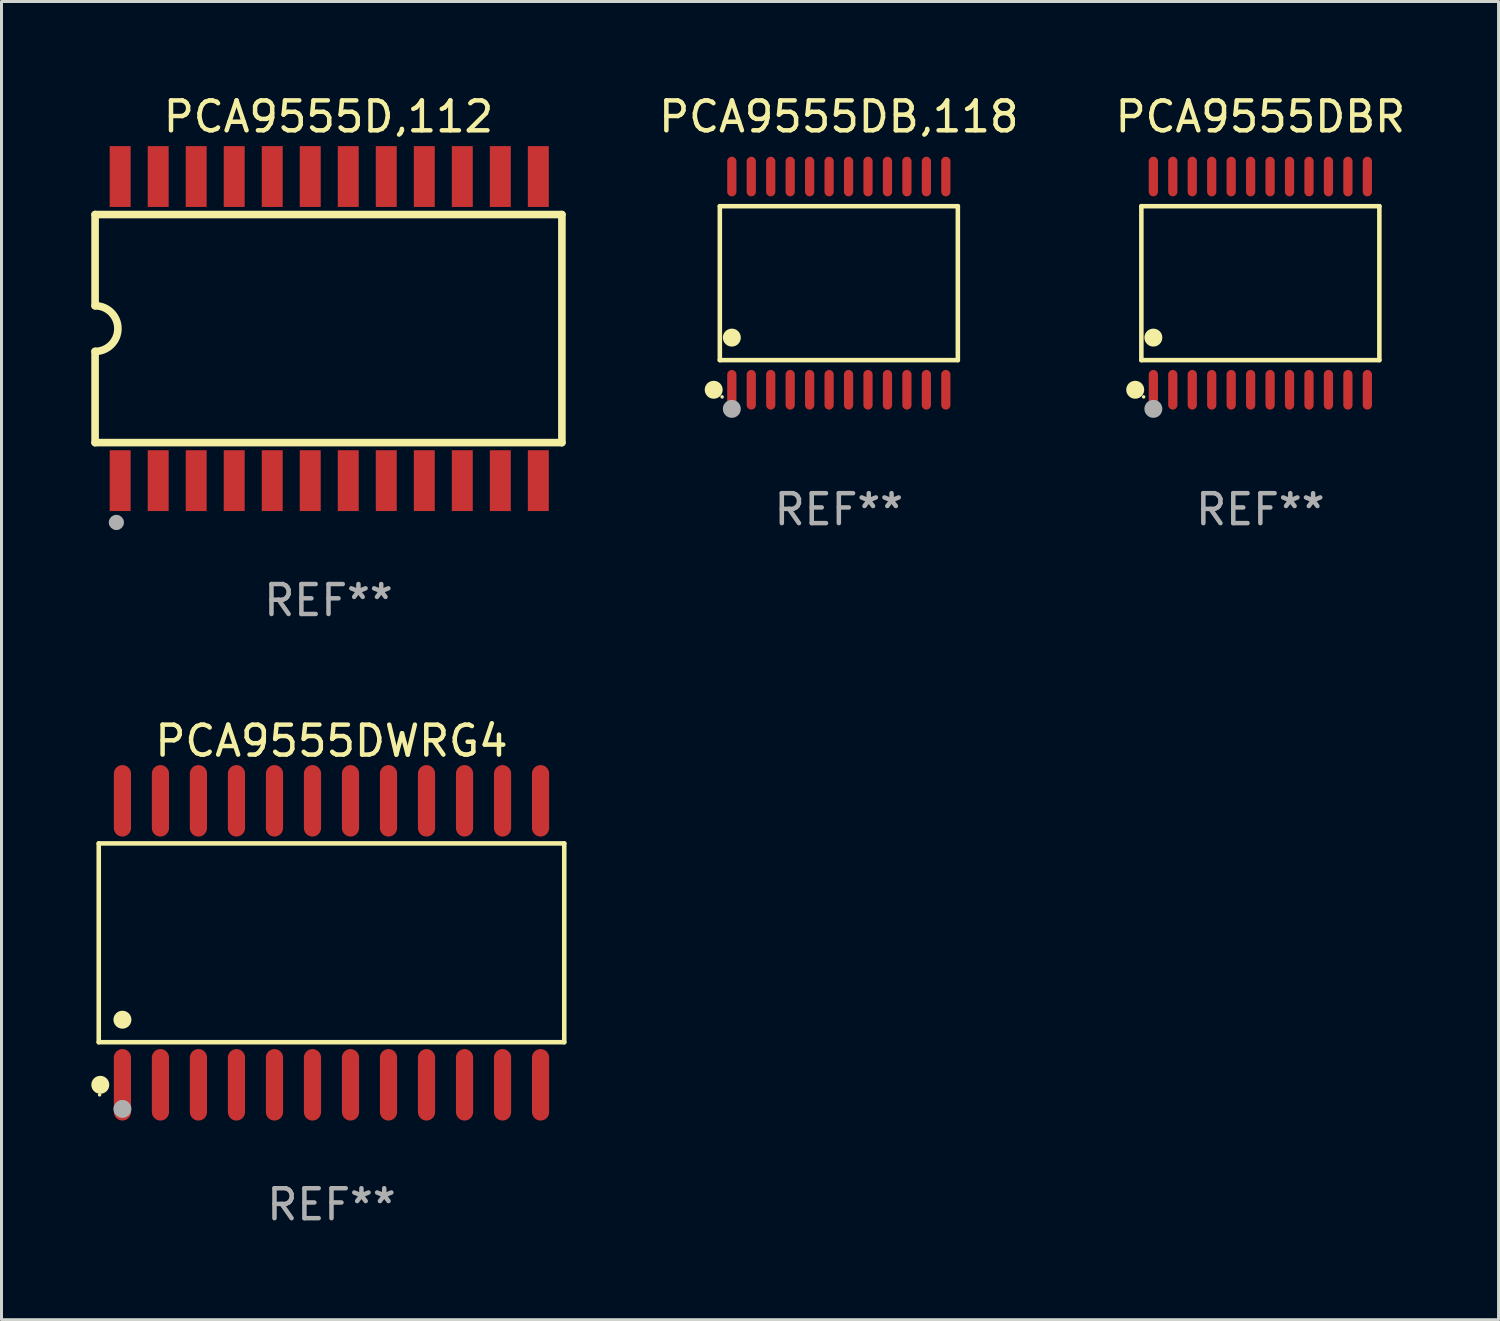
<source format=kicad_pcb>
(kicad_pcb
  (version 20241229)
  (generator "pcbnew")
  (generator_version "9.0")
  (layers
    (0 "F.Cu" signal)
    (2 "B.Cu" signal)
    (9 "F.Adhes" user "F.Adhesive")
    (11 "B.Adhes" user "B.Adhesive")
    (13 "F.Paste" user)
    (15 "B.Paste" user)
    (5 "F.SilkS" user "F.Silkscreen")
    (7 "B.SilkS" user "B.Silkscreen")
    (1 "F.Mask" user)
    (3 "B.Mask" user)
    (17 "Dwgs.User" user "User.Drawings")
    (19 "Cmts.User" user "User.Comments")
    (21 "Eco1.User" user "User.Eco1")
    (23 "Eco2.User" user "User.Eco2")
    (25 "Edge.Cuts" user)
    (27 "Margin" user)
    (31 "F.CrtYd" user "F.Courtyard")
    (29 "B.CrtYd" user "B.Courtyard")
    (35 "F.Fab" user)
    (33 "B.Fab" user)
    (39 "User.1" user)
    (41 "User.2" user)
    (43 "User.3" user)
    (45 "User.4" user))
  (footprint "PCA9555DB,118"
    (layer "F.Cu")
    (at 24.975 6.41)
    (property "Reference" "PCA9555DB,118" (at 0 -5.562 0) (layer "F.SilkS") (effects (font (size 1 1) (thickness 0.15))))
    (attr through_hole)
    (fp_line (start -3.976 -2.571) (end 3.976 -2.571) (stroke (width 0.152) (type solid)) (layer "F.SilkS"))
    (fp_line (start -3.976 2.571) (end -3.976 -2.571) (stroke (width 0.152) (type solid)) (layer "F.SilkS"))
    (fp_line (start 3.976 -2.571) (end 3.976 2.571) (stroke (width 0.152) (type solid)) (layer "F.SilkS"))
    (fp_line (start 3.976 2.571) (end -3.976 2.571) (stroke (width 0.152) (type solid)) (layer "F.SilkS"))
    (fp_circle (center -4.181 3.562) (end -4.031 3.562) (stroke (width 0.3) (type solid)) (fill no) (layer "F.SilkS"))
    (fp_circle (center -3.9 3.8) (end -3.87 3.8) (stroke (width 0.06) (type solid)) (fill no) (layer "F.SilkS"))
    (fp_circle (center -3.575 1.819) (end -3.425 1.819) (stroke (width 0.3) (type solid)) (fill no) (layer "F.SilkS"))
    (fp_circle (center -3.575 4.2) (end -3.425 4.2) (stroke (width 0.3) (type solid)) (fill no) (layer "F.Fab"))
    (fp_text user "REF**" (at 0 7.562 0) (layer "F.Fab") (effects (font (size 1 1) (thickness 0.15))))
    (pad "1" smd oval (at -3.575 3.562) (size 0.308 1.324) (layers "F.Cu" "F.Mask" "F.Paste"))
    (pad "2" smd oval (at -2.925 3.562) (size 0.308 1.324) (layers "F.Cu" "F.Mask" "F.Paste"))
    (pad "3" smd oval (at -2.275 3.562) (size 0.308 1.324) (layers "F.Cu" "F.Mask" "F.Paste"))
    (pad "4" smd oval (at -1.625 3.562) (size 0.308 1.324) (layers "F.Cu" "F.Mask" "F.Paste"))
    (pad "5" smd oval (at -0.975 3.562) (size 0.308 1.324) (layers "F.Cu" "F.Mask" "F.Paste"))
    (pad "6" smd oval (at -0.325 3.562) (size 0.308 1.324) (layers "F.Cu" "F.Mask" "F.Paste"))
    (pad "7" smd oval (at 0.325 3.562) (size 0.308 1.324) (layers "F.Cu" "F.Mask" "F.Paste"))
    (pad "8" smd oval (at 0.975 3.562) (size 0.308 1.324) (layers "F.Cu" "F.Mask" "F.Paste"))
    (pad "9" smd oval (at 1.625 3.562) (size 0.308 1.324) (layers "F.Cu" "F.Mask" "F.Paste"))
    (pad "10" smd oval (at 2.275 3.562) (size 0.308 1.324) (layers "F.Cu" "F.Mask" "F.Paste"))
    (pad "11" smd oval (at 2.925 3.562) (size 0.308 1.324) (layers "F.Cu" "F.Mask" "F.Paste"))
    (pad "12" smd oval (at 3.575 3.562) (size 0.308 1.324) (layers "F.Cu" "F.Mask" "F.Paste"))
    (pad "13" smd oval (at 3.575 -3.562) (size 0.308 1.324) (layers "F.Cu" "F.Mask" "F.Paste"))
    (pad "14" smd oval (at 2.925 -3.562) (size 0.308 1.324) (layers "F.Cu" "F.Mask" "F.Paste"))
    (pad "15" smd oval (at 2.275 -3.562) (size 0.308 1.324) (layers "F.Cu" "F.Mask" "F.Paste"))
    (pad "16" smd oval (at 1.625 -3.562) (size 0.308 1.324) (layers "F.Cu" "F.Mask" "F.Paste"))
    (pad "17" smd oval (at 0.975 -3.562) (size 0.308 1.324) (layers "F.Cu" "F.Mask" "F.Paste"))
    (pad "18" smd oval (at 0.325 -3.562) (size 0.308 1.324) (layers "F.Cu" "F.Mask" "F.Paste"))
    (pad "19" smd oval (at -0.325 -3.562) (size 0.308 1.324) (layers "F.Cu" "F.Mask" "F.Paste"))
    (pad "20" smd oval (at -0.975 -3.562) (size 0.308 1.324) (layers "F.Cu" "F.Mask" "F.Paste"))
    (pad "21" smd oval (at -1.625 -3.562) (size 0.308 1.324) (layers "F.Cu" "F.Mask" "F.Paste"))
    (pad "22" smd oval (at -2.275 -3.562) (size 0.308 1.324) (layers "F.Cu" "F.Mask" "F.Paste"))
    (pad "23" smd oval (at -2.925 -3.562) (size 0.308 1.324) (layers "F.Cu" "F.Mask" "F.Paste"))
    (pad "24" smd oval (at -3.575 -3.562) (size 0.308 1.324) (layers "F.Cu" "F.Mask" "F.Paste")))
  (footprint "PCA9555DBR"
    (layer "F.Cu")
    (at 39.058 6.41)
    (property "Reference" "PCA9555DBR" (at 0 -5.562 0) (layer "F.SilkS") (effects (font (size 1 1) (thickness 0.15))))
    (attr through_hole)
    (fp_line (start -3.976 -2.571) (end 3.976 -2.571) (stroke (width 0.152) (type solid)) (layer "F.SilkS"))
    (fp_line (start -3.976 2.571) (end -3.976 -2.571) (stroke (width 0.152) (type solid)) (layer "F.SilkS"))
    (fp_line (start 3.976 -2.571) (end 3.976 2.571) (stroke (width 0.152) (type solid)) (layer "F.SilkS"))
    (fp_line (start 3.976 2.571) (end -3.976 2.571) (stroke (width 0.152) (type solid)) (layer "F.SilkS"))
    (fp_circle (center -4.181 3.562) (end -4.031 3.562) (stroke (width 0.3) (type solid)) (fill no) (layer "F.SilkS"))
    (fp_circle (center -3.9 3.8) (end -3.87 3.8) (stroke (width 0.06) (type solid)) (fill no) (layer "F.SilkS"))
    (fp_circle (center -3.575 1.819) (end -3.425 1.819) (stroke (width 0.3) (type solid)) (fill no) (layer "F.SilkS"))
    (fp_circle (center -3.575 4.2) (end -3.425 4.2) (stroke (width 0.3) (type solid)) (fill no) (layer "F.Fab"))
    (fp_text user "REF**" (at 0 7.562 0) (layer "F.Fab") (effects (font (size 1 1) (thickness 0.15))))
    (pad "1" smd oval (at -3.575 3.562) (size 0.308 1.324) (layers "F.Cu" "F.Mask" "F.Paste"))
    (pad "2" smd oval (at -2.925 3.562) (size 0.308 1.324) (layers "F.Cu" "F.Mask" "F.Paste"))
    (pad "3" smd oval (at -2.275 3.562) (size 0.308 1.324) (layers "F.Cu" "F.Mask" "F.Paste"))
    (pad "4" smd oval (at -1.625 3.562) (size 0.308 1.324) (layers "F.Cu" "F.Mask" "F.Paste"))
    (pad "5" smd oval (at -0.975 3.562) (size 0.308 1.324) (layers "F.Cu" "F.Mask" "F.Paste"))
    (pad "6" smd oval (at -0.325 3.562) (size 0.308 1.324) (layers "F.Cu" "F.Mask" "F.Paste"))
    (pad "7" smd oval (at 0.325 3.562) (size 0.308 1.324) (layers "F.Cu" "F.Mask" "F.Paste"))
    (pad "8" smd oval (at 0.975 3.562) (size 0.308 1.324) (layers "F.Cu" "F.Mask" "F.Paste"))
    (pad "9" smd oval (at 1.625 3.562) (size 0.308 1.324) (layers "F.Cu" "F.Mask" "F.Paste"))
    (pad "10" smd oval (at 2.275 3.562) (size 0.308 1.324) (layers "F.Cu" "F.Mask" "F.Paste"))
    (pad "11" smd oval (at 2.925 3.562) (size 0.308 1.324) (layers "F.Cu" "F.Mask" "F.Paste"))
    (pad "12" smd oval (at 3.575 3.562) (size 0.308 1.324) (layers "F.Cu" "F.Mask" "F.Paste"))
    (pad "13" smd oval (at 3.575 -3.562) (size 0.308 1.324) (layers "F.Cu" "F.Mask" "F.Paste"))
    (pad "14" smd oval (at 2.925 -3.562) (size 0.308 1.324) (layers "F.Cu" "F.Mask" "F.Paste"))
    (pad "15" smd oval (at 2.275 -3.562) (size 0.308 1.324) (layers "F.Cu" "F.Mask" "F.Paste"))
    (pad "16" smd oval (at 1.625 -3.562) (size 0.308 1.324) (layers "F.Cu" "F.Mask" "F.Paste"))
    (pad "17" smd oval (at 0.975 -3.562) (size 0.308 1.324) (layers "F.Cu" "F.Mask" "F.Paste"))
    (pad "18" smd oval (at 0.325 -3.562) (size 0.308 1.324) (layers "F.Cu" "F.Mask" "F.Paste"))
    (pad "19" smd oval (at -0.325 -3.562) (size 0.308 1.324) (layers "F.Cu" "F.Mask" "F.Paste"))
    (pad "20" smd oval (at -0.975 -3.562) (size 0.308 1.324) (layers "F.Cu" "F.Mask" "F.Paste"))
    (pad "21" smd oval (at -1.625 -3.562) (size 0.308 1.324) (layers "F.Cu" "F.Mask" "F.Paste"))
    (pad "22" smd oval (at -2.275 -3.562) (size 0.308 1.324) (layers "F.Cu" "F.Mask" "F.Paste"))
    (pad "23" smd oval (at -2.925 -3.562) (size 0.308 1.324) (layers "F.Cu" "F.Mask" "F.Paste"))
    (pad "24" smd oval (at -3.575 -3.562) (size 0.308 1.324) (layers "F.Cu" "F.Mask" "F.Paste")))
  (footprint "PCA9555D,112"
    (layer "F.Cu")
    (at 7.925 7.928)
    (property "Reference" "PCA9555D,112" (at 0 -7.08 0) (layer "F.SilkS") (effects (font (size 1 1) (thickness 0.15))))
    (attr through_hole)
    (fp_line (start -7.798 -3.81) (end -7.798 -0.762) (stroke (width 0.254) (type solid)) (layer "F.SilkS"))
    (fp_line (start -7.798 3.81) (end -7.798 0.762) (stroke (width 0.254) (type solid)) (layer "F.SilkS"))
    (fp_line (start 7.798 -3.81) (end -7.798 -3.81) (stroke (width 0.254) (type solid)) (layer "F.SilkS"))
    (fp_line (start 7.798 3.81) (end -7.798 3.81) (stroke (width 0.254) (type solid)) (layer "F.SilkS"))
    (fp_line (start 7.798 3.81) (end 7.798 -3.81) (stroke (width 0.254) (type solid)) (layer "F.SilkS"))
    (fp_arc (start -7.797791 -0.762002) (mid -7.03579 -0.000001) (end -7.79779 0.762002) (stroke (width 0.254001) (type solid)) (layer "F.SilkS"))
    (fp_circle (center -7.825 3.75) (end -7.795 3.75) (stroke (width 0.06) (type solid)) (fill no) (layer "F.SilkS"))
    (fp_circle (center -7.087 6.477) (end -6.96 6.477) (stroke (width 0.254) (type solid)) (fill no) (layer "F.Fab"))
    (fp_text user "REF**" (at 0 9.08 0) (layer "F.Fab") (effects (font (size 1 1) (thickness 0.15))))
    (pad "1" smd rect (at -6.96 5.08 90) (size 2.032 0.7) (layers "F.Cu" "F.Mask" "F.Paste"))
    (pad "2" smd rect (at -5.69 5.08 90) (size 2.032 0.7) (layers "F.Cu" "F.Mask" "F.Paste"))
    (pad "3" smd rect (at -4.42 5.08 90) (size 2.032 0.7) (layers "F.Cu" "F.Mask" "F.Paste"))
    (pad "4" smd rect (at -3.15 5.08 90) (size 2.032 0.7) (layers "F.Cu" "F.Mask" "F.Paste"))
    (pad "5" smd rect (at -1.88 5.08 90) (size 2.032 0.7) (layers "F.Cu" "F.Mask" "F.Paste"))
    (pad "6" smd rect (at -0.61 5.08 90) (size 2.032 0.7) (layers "F.Cu" "F.Mask" "F.Paste"))
    (pad "7" smd rect (at 0.66 5.08 90) (size 2.032 0.7) (layers "F.Cu" "F.Mask" "F.Paste"))
    (pad "8" smd rect (at 1.93 5.08 90) (size 2.032 0.7) (layers "F.Cu" "F.Mask" "F.Paste"))
    (pad "9" smd rect (at 3.2 5.08 90) (size 2.032 0.7) (layers "F.Cu" "F.Mask" "F.Paste"))
    (pad "10" smd rect (at 4.47 5.08 90) (size 2.032 0.7) (layers "F.Cu" "F.Mask" "F.Paste"))
    (pad "11" smd rect (at 5.74 5.08 90) (size 2.032 0.7) (layers "F.Cu" "F.Mask" "F.Paste"))
    (pad "12" smd rect (at 7.01 5.08 90) (size 2.032 0.7) (layers "F.Cu" "F.Mask" "F.Paste"))
    (pad "13" smd rect (at 7.01 -5.08 90) (size 2.032 0.7) (layers "F.Cu" "F.Mask" "F.Paste"))
    (pad "14" smd rect (at 5.74 -5.08 90) (size 2.032 0.7) (layers "F.Cu" "F.Mask" "F.Paste"))
    (pad "15" smd rect (at 4.47 -5.08 90) (size 2.032 0.7) (layers "F.Cu" "F.Mask" "F.Paste"))
    (pad "16" smd rect (at 3.2 -5.08 90) (size 2.032 0.7) (layers "F.Cu" "F.Mask" "F.Paste"))
    (pad "17" smd rect (at 1.93 -5.08 90) (size 2.032 0.7) (layers "F.Cu" "F.Mask" "F.Paste"))
    (pad "18" smd rect (at 0.66 -5.08 90) (size 2.032 0.7) (layers "F.Cu" "F.Mask" "F.Paste"))
    (pad "19" smd rect (at -0.61 -5.08 90) (size 2.032 0.7) (layers "F.Cu" "F.Mask" "F.Paste"))
    (pad "20" smd rect (at -1.88 -5.08 90) (size 2.032 0.7) (layers "F.Cu" "F.Mask" "F.Paste"))
    (pad "21" smd rect (at -3.15 -5.08 90) (size 2.032 0.7) (layers "F.Cu" "F.Mask" "F.Paste"))
    (pad "22" smd rect (at -4.42 -5.08 90) (size 2.032 0.7) (layers "F.Cu" "F.Mask" "F.Paste"))
    (pad "23" smd rect (at -5.69 -5.08 90) (size 2.032 0.7) (layers "F.Cu" "F.Mask" "F.Paste"))
    (pad "24" smd rect (at -6.96 -5.08 90) (size 2.032 0.7) (layers "F.Cu" "F.Mask" "F.Paste")))
  (footprint "PCA9555DWRG4"
    (layer "F.Cu")
    (at 8.025 28.449)
    (property "Reference" "PCA9555DWRG4" (at 0 -6.744 0) (layer "F.SilkS") (effects (font (size 1 1) (thickness 0.15))))
    (attr through_hole)
    (fp_line (start -7.776 -3.321) (end 7.776 -3.321) (stroke (width 0.152) (type solid)) (layer "F.SilkS"))
    (fp_line (start -7.776 3.321) (end -7.776 -3.321) (stroke (width 0.152) (type solid)) (layer "F.SilkS"))
    (fp_line (start 7.776 -3.321) (end 7.776 3.321) (stroke (width 0.152) (type solid)) (layer "F.SilkS"))
    (fp_line (start 7.776 3.321) (end -7.776 3.321) (stroke (width 0.152) (type solid)) (layer "F.SilkS"))
    (fp_circle (center -7.747 5.08) (end -7.717 5.08) (stroke (width 0.06) (type solid)) (fill no) (layer "F.SilkS"))
    (fp_circle (center -7.724 4.744) (end -7.574 4.744) (stroke (width 0.3) (type solid)) (fill no) (layer "F.SilkS"))
    (fp_circle (center -6.985 2.569) (end -6.835 2.569) (stroke (width 0.3) (type solid)) (fill no) (layer "F.SilkS"))
    (fp_circle (center -6.985 5.55) (end -6.835 5.55) (stroke (width 0.3) (type solid)) (fill no) (layer "F.Fab"))
    (fp_text user "REF**" (at 0 8.744 0) (layer "F.Fab") (effects (font (size 1 1) (thickness 0.15))))
    (pad "1" smd oval (at -6.985 4.744) (size 0.574 2.388) (layers "F.Cu" "F.Mask" "F.Paste"))
    (pad "2" smd oval (at -5.715 4.744) (size 0.574 2.388) (layers "F.Cu" "F.Mask" "F.Paste"))
    (pad "3" smd oval (at -4.445 4.744) (size 0.574 2.388) (layers "F.Cu" "F.Mask" "F.Paste"))
    (pad "4" smd oval (at -3.175 4.744) (size 0.574 2.388) (layers "F.Cu" "F.Mask" "F.Paste"))
    (pad "5" smd oval (at -1.905 4.744) (size 0.574 2.388) (layers "F.Cu" "F.Mask" "F.Paste"))
    (pad "6" smd oval (at -0.635 4.744) (size 0.574 2.388) (layers "F.Cu" "F.Mask" "F.Paste"))
    (pad "7" smd oval (at 0.635 4.744) (size 0.574 2.388) (layers "F.Cu" "F.Mask" "F.Paste"))
    (pad "8" smd oval (at 1.905 4.744) (size 0.574 2.388) (layers "F.Cu" "F.Mask" "F.Paste"))
    (pad "9" smd oval (at 3.175 4.744) (size 0.574 2.388) (layers "F.Cu" "F.Mask" "F.Paste"))
    (pad "10" smd oval (at 4.445 4.744) (size 0.574 2.388) (layers "F.Cu" "F.Mask" "F.Paste"))
    (pad "11" smd oval (at 5.715 4.744) (size 0.574 2.388) (layers "F.Cu" "F.Mask" "F.Paste"))
    (pad "12" smd oval (at 6.985 4.744) (size 0.574 2.388) (layers "F.Cu" "F.Mask" "F.Paste"))
    (pad "13" smd oval (at 6.985 -4.744) (size 0.574 2.388) (layers "F.Cu" "F.Mask" "F.Paste"))
    (pad "14" smd oval (at 5.715 -4.744) (size 0.574 2.388) (layers "F.Cu" "F.Mask" "F.Paste"))
    (pad "15" smd oval (at 4.445 -4.744) (size 0.574 2.388) (layers "F.Cu" "F.Mask" "F.Paste"))
    (pad "16" smd oval (at 3.175 -4.744) (size 0.574 2.388) (layers "F.Cu" "F.Mask" "F.Paste"))
    (pad "17" smd oval (at 1.905 -4.744) (size 0.574 2.388) (layers "F.Cu" "F.Mask" "F.Paste"))
    (pad "18" smd oval (at 0.635 -4.744) (size 0.574 2.388) (layers "F.Cu" "F.Mask" "F.Paste"))
    (pad "19" smd oval (at -0.635 -4.744) (size 0.574 2.388) (layers "F.Cu" "F.Mask" "F.Paste"))
    (pad "20" smd oval (at -1.905 -4.744) (size 0.574 2.388) (layers "F.Cu" "F.Mask" "F.Paste"))
    (pad "21" smd oval (at -3.175 -4.744) (size 0.574 2.388) (layers "F.Cu" "F.Mask" "F.Paste"))
    (pad "22" smd oval (at -4.445 -4.744) (size 0.574 2.388) (layers "F.Cu" "F.Mask" "F.Paste"))
    (pad "23" smd oval (at -5.715 -4.744) (size 0.574 2.388) (layers "F.Cu" "F.Mask" "F.Paste"))
    (pad "24" smd oval (at -6.985 -4.744) (size 0.574 2.388) (layers "F.Cu" "F.Mask" "F.Paste")))
  (gr_rect
    (start -3 -3)
    (end 47.016 41.041)
    (stroke (width 0.1) (type default))
    (fill no)
    (layer "Edge.Cuts")))
</source>
